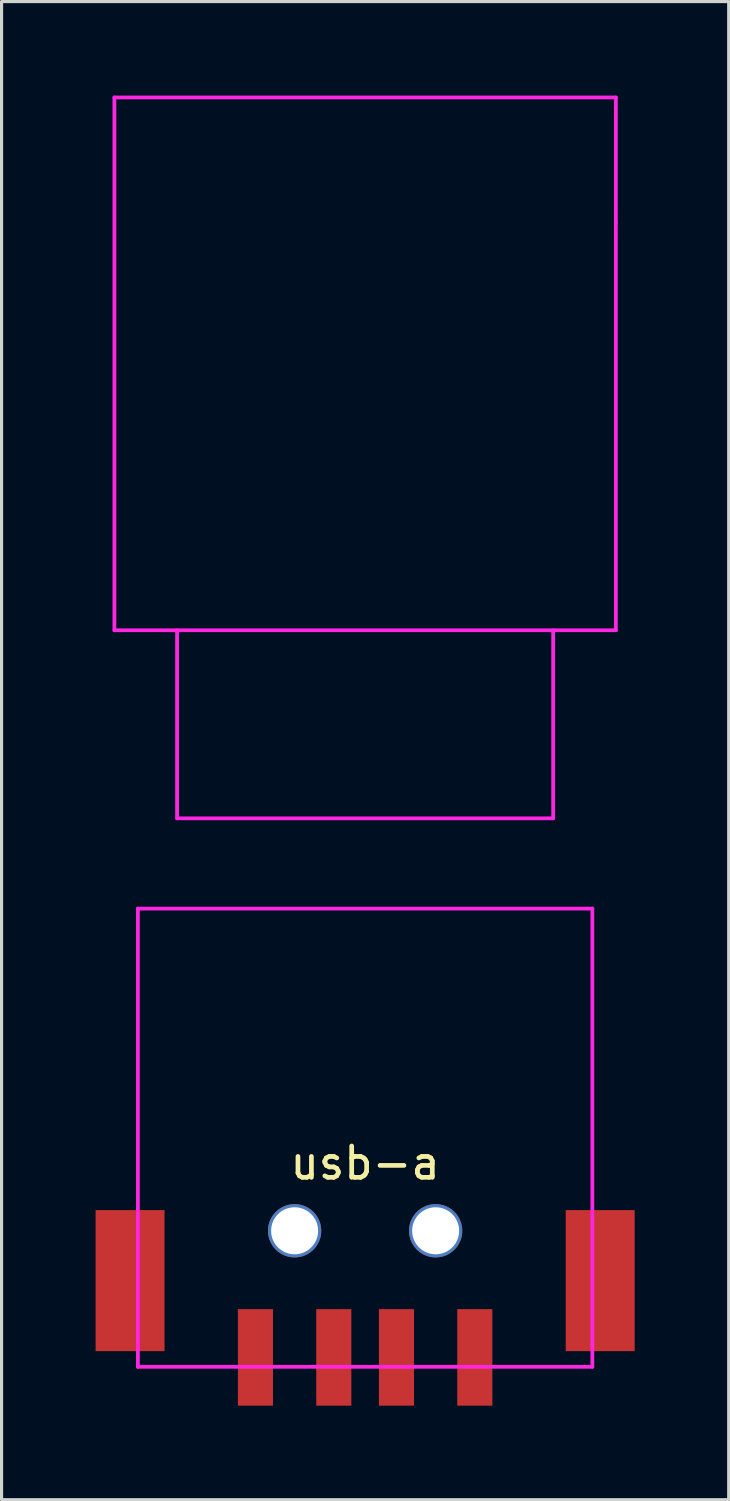
<source format=kicad_pcb>
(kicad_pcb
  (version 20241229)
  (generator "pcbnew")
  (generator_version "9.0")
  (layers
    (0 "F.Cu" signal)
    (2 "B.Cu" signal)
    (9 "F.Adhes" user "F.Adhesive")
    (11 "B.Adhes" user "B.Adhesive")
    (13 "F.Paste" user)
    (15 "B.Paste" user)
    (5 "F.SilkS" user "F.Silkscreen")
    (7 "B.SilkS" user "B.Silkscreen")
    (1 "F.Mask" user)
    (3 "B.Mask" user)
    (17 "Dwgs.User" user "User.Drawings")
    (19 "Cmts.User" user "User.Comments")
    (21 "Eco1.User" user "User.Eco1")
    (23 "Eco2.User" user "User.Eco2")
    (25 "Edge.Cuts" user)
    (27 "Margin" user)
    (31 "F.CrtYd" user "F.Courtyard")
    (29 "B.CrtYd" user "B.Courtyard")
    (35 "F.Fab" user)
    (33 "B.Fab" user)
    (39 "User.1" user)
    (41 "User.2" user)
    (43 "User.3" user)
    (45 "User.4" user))
  (footprint "usb-a"
    (layer "F.Cu")
    (at 8.6 40.06)
    (property "Reference" "usb-a" (at 0 -6 0) (layer "F.SilkS") (effects (font (size 1 1) (thickness 0.15))))
    (attr through_hole)
    (fp_line (start -8 -40) (end -8 -23) (stroke (width 0.12) (type solid)) (layer "F.CrtYd"))
    (fp_line (start -8 -23) (end 8 -23) (stroke (width 0.12) (type solid)) (layer "F.CrtYd"))
    (fp_line (start -7.25 -14.12) (end 7.25 -14.12) (stroke (width 0.12) (type solid)) (layer "F.CrtYd"))
    (fp_line (start -7.25 0.5) (end -7.25 -14.12) (stroke (width 0.12) (type solid)) (layer "F.CrtYd"))
    (fp_line (start -6 -23) (end -6 -17) (stroke (width 0.12) (type solid)) (layer "F.CrtYd"))
    (fp_line (start -6 -17) (end 6 -17) (stroke (width 0.12) (type solid)) (layer "F.CrtYd"))
    (fp_line (start 6 -17) (end 6 -23) (stroke (width 0.12) (type solid)) (layer "F.CrtYd"))
    (fp_line (start 7.25 -14.12) (end 7.25 0.5) (stroke (width 0.12) (type solid)) (layer "F.CrtYd"))
    (fp_line (start 7.25 0.5) (end -7.25 0.5) (stroke (width 0.12) (type solid)) (layer "F.CrtYd"))
    (fp_line (start 8 -40) (end -8 -40) (stroke (width 0.12) (type solid)) (layer "F.CrtYd"))
    (fp_line (start 8 -36) (end 8 -40) (stroke (width 0.12) (type solid)) (layer "F.CrtYd"))
    (fp_line (start 8 -23) (end 8 -36) (stroke (width 0.12) (type solid)) (layer "F.CrtYd"))
    (pad "" thru_hole circle (at -2.25 -3.84) (size 1.7 1.7) (drill 1.5) (layers "*.Cu" "*.Mask"))
    (pad "" thru_hole circle (at 2.25 -3.84) (size 1.7 1.7) (drill 1.5) (layers "*.Cu" "*.Mask"))
    (pad "1" smd rect (at 3.5 0.2) (size 1.12 3.08) (layers "F.Cu" "F.Mask" "F.Paste"))
    (pad "2" smd rect (at 1 0.2) (size 1.12 3.08) (layers "F.Cu" "F.Mask" "F.Paste"))
    (pad "3" smd rect (at -1 0.2) (size 1.12 3.08) (layers "F.Cu" "F.Mask" "F.Paste"))
    (pad "4" smd rect (at -3.5 0.2) (size 1.12 3.08) (layers "F.Cu" "F.Mask" "F.Paste"))
    (pad "5" smd rect (at -7.5 -2.25) (size 2.2 4.5) (layers "F.Cu" "F.Mask" "F.Paste"))
    (pad "5" smd rect (at 7.5 -2.25) (size 2.2 4.5) (layers "F.Cu" "F.Mask" "F.Paste")))
  (gr_rect
    (start -3 -3)
    (end 20.2 44.8)
    (stroke (width 0.1) (type default))
    (fill no)
    (layer "Edge.Cuts")))
</source>
